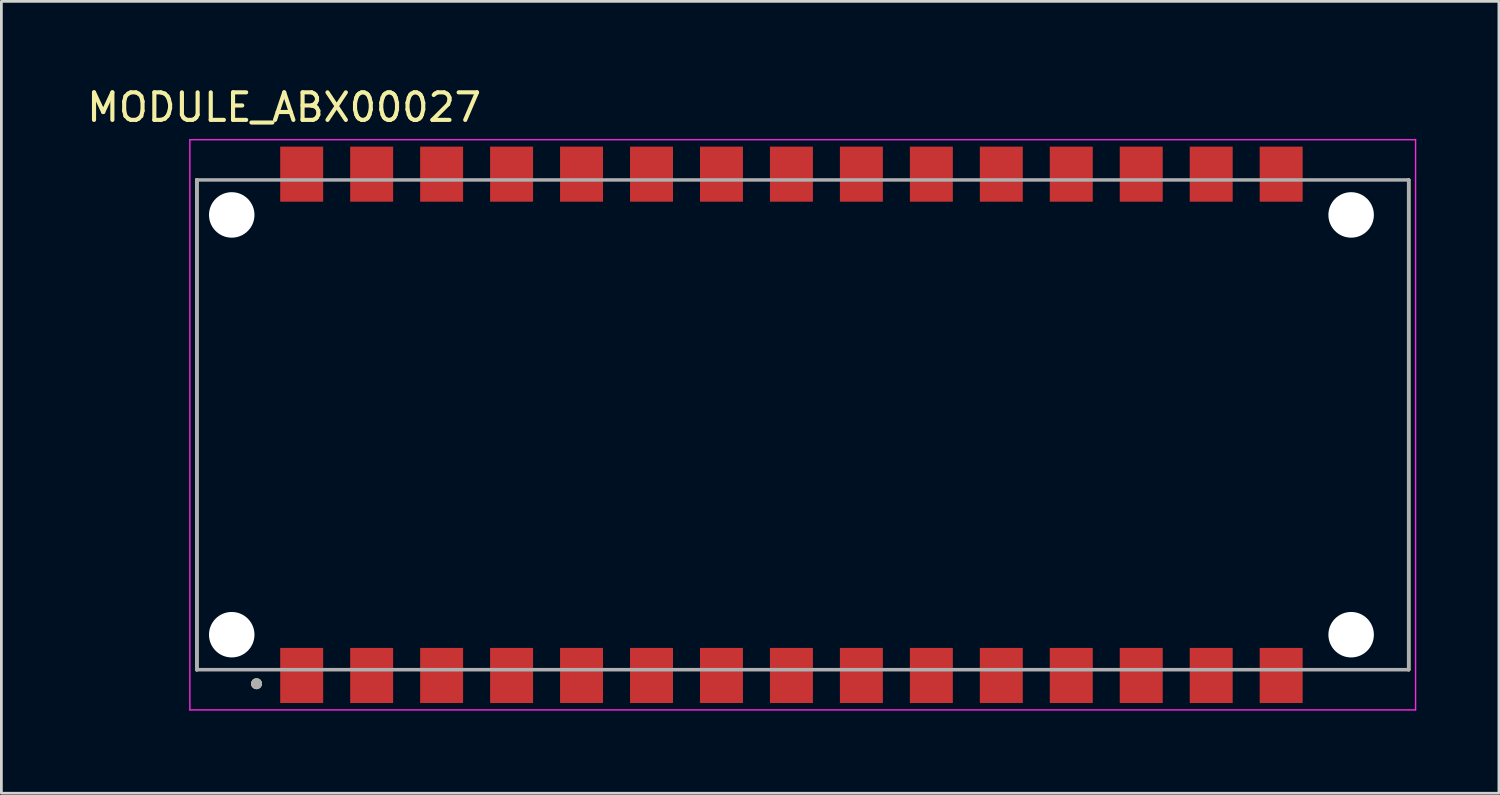
<source format=kicad_pcb>
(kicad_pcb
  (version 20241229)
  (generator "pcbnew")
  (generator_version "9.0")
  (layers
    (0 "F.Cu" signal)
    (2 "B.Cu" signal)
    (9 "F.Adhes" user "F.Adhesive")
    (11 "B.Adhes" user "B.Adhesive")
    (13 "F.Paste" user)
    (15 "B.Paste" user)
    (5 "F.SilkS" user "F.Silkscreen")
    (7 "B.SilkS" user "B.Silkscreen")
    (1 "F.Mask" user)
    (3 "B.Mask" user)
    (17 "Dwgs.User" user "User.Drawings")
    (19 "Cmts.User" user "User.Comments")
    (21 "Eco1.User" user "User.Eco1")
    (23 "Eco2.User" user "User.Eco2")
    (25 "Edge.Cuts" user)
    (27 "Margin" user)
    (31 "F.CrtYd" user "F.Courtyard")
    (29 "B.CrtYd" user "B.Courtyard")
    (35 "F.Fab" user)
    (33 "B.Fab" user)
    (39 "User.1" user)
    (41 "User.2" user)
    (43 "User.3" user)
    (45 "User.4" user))
  (footprint "MODULE_ABX00027"
    (layer "F.Cu")
    (at 26.093 12.373)
    (property "Reference" "MODULE_ABX00027" (at -18.825 -11.525 0) (layer "F.SilkS") (effects (font (size 1 1) (thickness 0.15))))
    (attr smd)
    (fp_line (start -22 -8.89) (end -22 8.89) (stroke (width 0.127) (type solid)) (layer "F.SilkS"))
    (fp_line (start 22 8.89) (end 22 -8.89) (stroke (width 0.127) (type solid)) (layer "F.SilkS"))
    (fp_circle (center -19.83 9.4) (end -19.73 9.4) (stroke (width 0.2) (type solid)) (fill no) (layer "F.SilkS"))
    (fp_line (start -22.25 -10.35) (end -22.25 10.35) (stroke (width 0.05) (type solid)) (layer "F.CrtYd"))
    (fp_line (start -22.25 10.35) (end 22.25 10.35) (stroke (width 0.05) (type solid)) (layer "F.CrtYd"))
    (fp_line (start 22.25 -10.35) (end -22.25 -10.35) (stroke (width 0.05) (type solid)) (layer "F.CrtYd"))
    (fp_line (start 22.25 10.35) (end 22.25 -10.35) (stroke (width 0.05) (type solid)) (layer "F.CrtYd"))
    (fp_line (start -22 -8.89) (end -22 8.89) (stroke (width 0.127) (type solid)) (layer "F.Fab"))
    (fp_line (start -22 -8.89) (end -22 8.89) (stroke (width 0.127) (type solid)) (layer "F.Fab"))
    (fp_line (start -22 8.89) (end 22 8.89) (stroke (width 0.127) (type solid)) (layer "F.Fab"))
    (fp_line (start 22 -8.89) (end -22 -8.89) (stroke (width 0.127) (type solid)) (layer "F.Fab"))
    (fp_line (start 22 8.89) (end 22 -8.89) (stroke (width 0.127) (type solid)) (layer "F.Fab"))
    (fp_circle (center -19.83 9.4) (end -19.73 9.4) (stroke (width 0.2) (type solid)) (fill no) (layer "F.Fab"))
    (pad "" np_thru_hole circle (at -20.73 -7.62) (size 1.651 1.651) (drill 1.651) (layers "*.Cu" "*.Mask"))
    (pad "" np_thru_hole circle (at -20.73 7.62) (size 1.651 1.651) (drill 1.651) (layers "*.Cu" "*.Mask"))
    (pad "" np_thru_hole circle (at 19.91 -7.62) (size 1.651 1.651) (drill 1.651) (layers "*.Cu" "*.Mask"))
    (pad "" np_thru_hole circle (at 19.91 7.62) (size 1.651 1.651) (drill 1.651) (layers "*.Cu" "*.Mask"))
    (pad "1" smd rect (at -18.19 9.1) (size 1.56 2) (layers "F.Cu" "F.Mask" "F.Paste"))
    (pad "2" smd rect (at -15.65 9.1) (size 1.56 2) (layers "F.Cu" "F.Mask" "F.Paste"))
    (pad "3" smd rect (at -13.11 9.1) (size 1.56 2) (layers "F.Cu" "F.Mask" "F.Paste"))
    (pad "4" smd rect (at -10.57 9.1) (size 1.56 2) (layers "F.Cu" "F.Mask" "F.Paste"))
    (pad "5" smd rect (at -8.03 9.1) (size 1.56 2) (layers "F.Cu" "F.Mask" "F.Paste"))
    (pad "6" smd rect (at -5.49 9.1) (size 1.56 2) (layers "F.Cu" "F.Mask" "F.Paste"))
    (pad "7" smd rect (at -2.95 9.1) (size 1.56 2) (layers "F.Cu" "F.Mask" "F.Paste"))
    (pad "8" smd rect (at -0.41 9.1) (size 1.56 2) (layers "F.Cu" "F.Mask" "F.Paste"))
    (pad "9" smd rect (at 2.13 9.1) (size 1.56 2) (layers "F.Cu" "F.Mask" "F.Paste"))
    (pad "10" smd rect (at 4.67 9.1) (size 1.56 2) (layers "F.Cu" "F.Mask" "F.Paste"))
    (pad "11" smd rect (at 7.21 9.1) (size 1.56 2) (layers "F.Cu" "F.Mask" "F.Paste"))
    (pad "12" smd rect (at 9.75 9.1) (size 1.56 2) (layers "F.Cu" "F.Mask" "F.Paste"))
    (pad "13" smd rect (at 12.29 9.1) (size 1.56 2) (layers "F.Cu" "F.Mask" "F.Paste"))
    (pad "14" smd rect (at 14.83 9.1) (size 1.56 2) (layers "F.Cu" "F.Mask" "F.Paste"))
    (pad "15" smd rect (at 17.37 9.1) (size 1.56 2) (layers "F.Cu" "F.Mask" "F.Paste"))
    (pad "16" smd rect (at 17.37 -9.1 180) (size 1.56 2) (layers "F.Cu" "F.Mask" "F.Paste"))
    (pad "17" smd rect (at 14.83 -9.1 180) (size 1.56 2) (layers "F.Cu" "F.Mask" "F.Paste"))
    (pad "18" smd rect (at 12.29 -9.1 180) (size 1.56 2) (layers "F.Cu" "F.Mask" "F.Paste"))
    (pad "19" smd rect (at 9.75 -9.1 180) (size 1.56 2) (layers "F.Cu" "F.Mask" "F.Paste"))
    (pad "20" smd rect (at 7.21 -9.1 180) (size 1.56 2) (layers "F.Cu" "F.Mask" "F.Paste"))
    (pad "21" smd rect (at 4.67 -9.1 180) (size 1.56 2) (layers "F.Cu" "F.Mask" "F.Paste"))
    (pad "22" smd rect (at 2.13 -9.1 180) (size 1.56 2) (layers "F.Cu" "F.Mask" "F.Paste"))
    (pad "23" smd rect (at -0.41 -9.1 180) (size 1.56 2) (layers "F.Cu" "F.Mask" "F.Paste"))
    (pad "24" smd rect (at -2.95 -9.1 180) (size 1.56 2) (layers "F.Cu" "F.Mask" "F.Paste"))
    (pad "25" smd rect (at -5.49 -9.1 180) (size 1.56 2) (layers "F.Cu" "F.Mask" "F.Paste"))
    (pad "26" smd rect (at -8.03 -9.1 180) (size 1.56 2) (layers "F.Cu" "F.Mask" "F.Paste"))
    (pad "27" smd rect (at -10.57 -9.1 180) (size 1.56 2) (layers "F.Cu" "F.Mask" "F.Paste"))
    (pad "28" smd rect (at -13.11 -9.1 180) (size 1.56 2) (layers "F.Cu" "F.Mask" "F.Paste"))
    (pad "29" smd rect (at -15.65 -9.1 180) (size 1.56 2) (layers "F.Cu" "F.Mask" "F.Paste"))
    (pad "30" smd rect (at -18.19 -9.1 180) (size 1.56 2) (layers "F.Cu" "F.Mask" "F.Paste")))
  (gr_rect
    (start -3 -3)
    (end 51.368 25.748)
    (stroke (width 0.1) (type default))
    (fill no)
    (layer "Edge.Cuts")))
</source>
